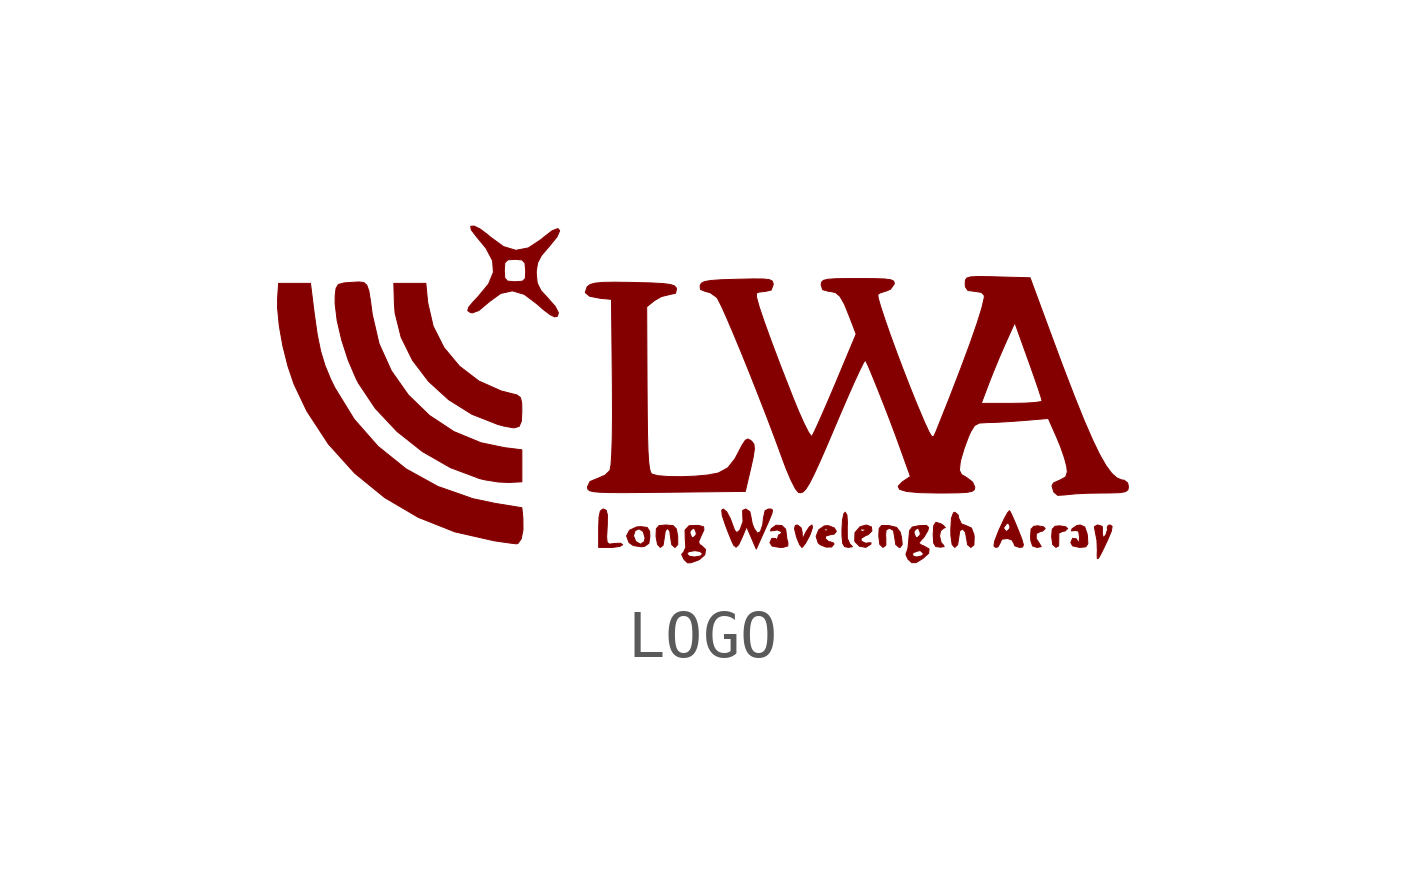
<source format=kicad_sym>
(kicad_symbol_lib
  (version 20220914)
  (generator bitmap2component)
  (symbol "LOGO"
    (pin_names
      (offset 1.016))
    (property "Reference" "#G"
      (at 0 3.432 0)
      (effects (font (size 1.27 1.27)) hide))
    (symbol "LOGO_0_0"
      (polyline (pts (xy -0.245 -3.519) (xy -0.104 -3.468) (xy -0.067 -3.452) (xy 0.043 -3.353) (xy 0.059 -3.242) (xy -0.027 -3.16) (xy -0.069 -3.138) (xy -0.084 -3.076) (xy -0.027 -2.945) (xy 0.024 -2.837) (xy 0.019 -2.772) (xy -0.072 -2.745) (xy -0.098 -2.741) (xy -0.283 -2.748) (xy -0.368 -2.839) (xy -0.366 -2.9) (xy -0.267 -2.9) (xy -0.259 -2.854) (xy -0.2 -2.8) (xy -0.169 -2.811) (xy -0.133 -2.9) (xy -0.141 -2.946) (xy -0.2 -3) (xy -0.231 -2.989) (xy -0.267 -2.9) (xy -0.366 -2.9) (xy -0.364 -3.025) (xy -0.352 -3.197) (xy -0.397 -3.298) (xy -0.428 -3.333) (xy -0.333 -3.333) (xy -0.292 -3.289) (xy -0.167 -3.267) (xy -0.057 -3.283) (xy 0 -3.333) (xy -0.041 -3.377) (xy -0.167 -3.4) (xy -0.276 -3.384) (xy -0.333 -3.333) (xy -0.428 -3.333) (xy -0.438 -3.346) (xy -0.395 -3.439) (xy -0.372 -3.467) (xy -0.315 -3.521) (xy -0.245 -3.519)) (stroke (width 0.01) (type default)) (fill (type outline)))
      (polyline (pts (xy 4.444 -3.516) (xy 4.585 -3.43) (xy 4.705 -3.322) (xy 4.714 -3.232) (xy 4.595 -3.165) (xy 4.562 -3.154) (xy 4.499 -3.11) (xy 4.553 -3.044) (xy 4.604 -2.992) (xy 4.69 -2.846) (xy 4.704 -2.783) (xy 4.661 -2.742) (xy 4.516 -2.746) (xy 4.497 -2.748) (xy 4.364 -2.776) (xy 4.308 -2.852) (xy 4.304 -2.9) (xy 4.4 -2.9) (xy 4.407 -2.854) (xy 4.467 -2.8) (xy 4.497 -2.811) (xy 4.533 -2.9) (xy 4.526 -2.946) (xy 4.467 -3) (xy 4.436 -2.989) (xy 4.4 -2.9) (xy 4.304 -2.9) (xy 4.293 -3.018) (xy 4.291 -3.058) (xy 4.273 -3.223) (xy 4.243 -3.312) (xy 4.237 -3.333) (xy 4.367 -3.333) (xy 4.39 -3.307) (xy 4.504 -3.267) (xy 4.546 -3.274) (xy 4.6 -3.333) (xy 4.573 -3.373) (xy 4.463 -3.4) (xy 4.387 -3.386) (xy 4.367 -3.333) (xy 4.237 -3.333) (xy 4.232 -3.347) (xy 4.275 -3.444) (xy 4.355 -3.518) (xy 4.444 -3.516)) (stroke (width 0.01) (type default)) (fill (type outline)))
      (polyline (pts (xy 8.246 -3.421) (xy 8.308 -3.307) (xy 8.415 -3.083) (xy 8.429 -3.054) (xy 8.51 -2.862) (xy 8.527 -2.762) (xy 8.486 -2.733) (xy 8.446 -2.74) (xy 8.425 -2.787) (xy 8.433 -2.826) (xy 8.397 -2.937) (xy 8.392 -2.945) (xy 8.344 -2.999) (xy 8.326 -2.933) (xy 8.323 -2.889) (xy 8.325 -2.783) (xy 8.316 -2.759) (xy 8.229 -2.733) (xy 8.222 -2.733) (xy 8.157 -2.768) (xy 8.177 -2.883) (xy 8.211 -3.052) (xy 8.219 -3.257) (xy 8.215 -3.357) (xy 8.219 -3.434) (xy 8.246 -3.421)) (stroke (width 0.01) (type default)) (fill (type outline)))
      (polyline (pts (xy -1.872 -3.199) (xy -1.726 -3.179) (xy -1.667 -3.143) (xy -1.713 -3.112) (xy -1.84 -3.118) (xy -1.851 -3.12) (xy -1.944 -3.131) (xy -1.99 -3.096) (xy -2.001 -2.988) (xy -1.99 -2.776) (xy -1.987 -2.723) (xy -1.985 -2.525) (xy -2.01 -2.427) (xy -2.067 -2.4) (xy -2.079 -2.401) (xy -2.132 -2.443) (xy -2.159 -2.568) (xy -2.167 -2.8) (xy -2.167 -3.2) (xy -1.917 -3.2) (xy -1.872 -3.199)) (stroke (width 0.01) (type default)) (fill (type outline)))
      (polyline (pts (xy -1.207 -3.175) (xy -1.121 -3.114) (xy -1.1 -2.967) (xy -1.106 -2.864) (xy -1.156 -2.784) (xy -1.293 -2.767) (xy -1.375 -2.774) (xy -1.525 -2.843) (xy -1.584 -2.958) (xy -1.442 -2.958) (xy -1.408 -2.848) (xy -1.325 -2.813) (xy -1.238 -2.87) (xy -1.2 -3.004) (xy -1.217 -3.078) (xy -1.293 -3.133) (xy -1.297 -3.133) (xy -1.395 -3.076) (xy -1.442 -2.958) (xy -1.584 -2.958) (xy -1.586 -2.961) (xy -1.535 -3.098) (xy -1.445 -3.161) (xy -1.272 -3.187) (xy -1.207 -3.175)) (stroke (width 0.01) (type default)) (fill (type outline)))
      (polyline (pts (xy -0.574 -3.2) (xy -0.52 -3.139) (xy -0.521 -2.967) (xy -0.549 -2.816) (xy -0.616 -2.747) (xy -0.762 -2.733) (xy -0.771 -2.733) (xy -0.91 -2.746) (xy -0.965 -2.81) (xy -0.972 -2.966) (xy -0.972 -2.973) (xy -0.941 -3.137) (xy -0.883 -3.2) (xy -0.826 -3.156) (xy -0.8 -3) (xy -0.8 -2.998) (xy -0.78 -2.858) (xy -0.733 -2.8) (xy -0.733 -2.8) (xy -0.686 -2.86) (xy -0.667 -3) (xy -0.645 -3.141) (xy -0.58 -3.2) (xy -0.574 -3.2)) (stroke (width 0.01) (type default)) (fill (type outline)))
      (polyline (pts (xy 1.291 -2.842) (xy 1.38 -2.642) (xy 1.44 -2.497) (xy 1.455 -2.426) (xy 1.429 -2.402) (xy 1.367 -2.4) (xy 1.299 -2.437) (xy 1.266 -2.583) (xy 1.251 -2.725) (xy 1.206 -2.859) (xy 1.194 -2.877) (xy 1.139 -2.903) (xy 1.074 -2.813) (xy 1.032 -2.71) (xy 1 -2.538) (xy 0.981 -2.456) (xy 0.899 -2.4) (xy 0.832 -2.43) (xy 0.835 -2.55) (xy 0.84 -2.661) (xy 0.782 -2.823) (xy 0.758 -2.855) (xy 0.706 -2.892) (xy 0.662 -2.837) (xy 0.602 -2.673) (xy 0.576 -2.602) (xy 0.499 -2.458) (xy 0.429 -2.4) (xy 0.396 -2.425) (xy 0.407 -2.536) (xy 0.479 -2.749) (xy 0.534 -2.893) (xy 0.603 -3.062) (xy 0.643 -3.149) (xy 0.644 -3.151) (xy 0.694 -3.195) (xy 0.748 -3.144) (xy 0.824 -2.983) (xy 0.914 -2.767) (xy 1.015 -3) (xy 1.115 -3.233) (xy 1.291 -2.842)) (stroke (width 0.01) (type default)) (fill (type outline)))
      (polyline (pts (xy 1.676 -3.198) (xy 1.773 -3.169) (xy 1.774 -3.095) (xy 1.754 -3.029) (xy 1.733 -2.861) (xy 1.726 -2.819) (xy 1.647 -2.744) (xy 1.527 -2.738) (xy 1.426 -2.811) (xy 1.413 -2.856) (xy 1.487 -2.848) (xy 1.549 -2.835) (xy 1.635 -2.87) (xy 1.645 -2.893) (xy 1.606 -2.933) (xy 1.58 -2.941) (xy 1.558 -3.017) (xy 1.564 -3.049) (xy 1.55 -3.05) (xy 1.52 -3.014) (xy 1.44 -3.011) (xy 1.4 -3.1) (xy 1.445 -3.172) (xy 1.607 -3.2) (xy 1.676 -3.198)) (stroke (width 0.01) (type default)) (fill (type outline)))
      (polyline (pts (xy 2.076 -3.196) (xy 2.139 -3.116) (xy 2.22 -2.967) (xy 2.243 -2.916) (xy 2.286 -2.786) (xy 2.276 -2.733) (xy 2.223 -2.769) (xy 2.148 -2.883) (xy 2.076 -3.033) (xy 2.071 -2.883) (xy 2.048 -2.79) (xy 1.973 -2.733) (xy 1.929 -2.743) (xy 1.912 -2.81) (xy 1.951 -2.967) (xy 1.962 -3.003) (xy 2.02 -3.143) (xy 2.066 -3.2) (xy 2.076 -3.196)) (stroke (width 0.01) (type default)) (fill (type outline)))
      (polyline (pts (xy 2.683 -3.191) (xy 2.733 -3.133) (xy 2.729 -3.111) (xy 2.658 -3.083) (xy 2.627 -3.083) (xy 2.553 -3.017) (xy 2.561 -2.964) (xy 2.667 -2.933) (xy 2.735 -2.924) (xy 2.784 -2.867) (xy 2.741 -2.795) (xy 2.616 -2.746) (xy 2.533 -2.752) (xy 2.418 -2.833) (xy 2.533 -2.833) (xy 2.567 -2.8) (xy 2.6 -2.833) (xy 2.567 -2.867) (xy 2.533 -2.833) (xy 2.418 -2.833) (xy 2.415 -2.836) (xy 2.362 -2.97) (xy 2.404 -3.104) (xy 2.448 -3.144) (xy 2.57 -3.193) (xy 2.683 -3.191)) (stroke (width 0.01) (type default)) (fill (type outline)))
      (polyline (pts (xy 3.118 -3.185) (xy 3.076 -3.14) (xy 3.066 -3.133) (xy 3.012 -3.011) (xy 3.01 -2.775) (xy 3.014 -2.685) (xy 3.004 -2.527) (xy 2.967 -2.467) (xy 2.939 -2.499) (xy 2.911 -2.632) (xy 2.9 -2.833) (xy 2.901 -2.963) (xy 2.916 -3.116) (xy 2.956 -3.184) (xy 3.033 -3.199) (xy 3.037 -3.199) (xy 3.118 -3.185)) (stroke (width 0.01) (type default)) (fill (type outline)))
      (polyline (pts (xy 3.499 -3.134) (xy 3.507 -3.104) (xy 3.443 -3.105) (xy 3.393 -3.114) (xy 3.3 -3.067) (xy 3.298 -3.012) (xy 3.393 -2.954) (xy 3.445 -2.935) (xy 3.524 -2.855) (xy 3.512 -2.772) (xy 3.408 -2.733) (xy 3.276 -2.77) (xy 3.232 -2.822) (xy 3.289 -2.822) (xy 3.299 -2.814) (xy 3.378 -2.822) (xy 3.388 -2.842) (xy 3.333 -2.867) (xy 3.298 -2.862) (xy 3.289 -2.822) (xy 3.232 -2.822) (xy 3.171 -2.894) (xy 3.166 -3.063) (xy 3.172 -3.081) (xy 3.267 -3.176) (xy 3.397 -3.198) (xy 3.499 -3.134)) (stroke (width 0.01) (type default)) (fill (type outline)))
      (polyline (pts (xy 4.113 -3.198) (xy 4.155 -3.139) (xy 4.139 -2.983) (xy 4.112 -2.88) (xy 4.036 -2.782) (xy 3.881 -2.746) (xy 3.856 -2.743) (xy 3.726 -2.744) (xy 3.675 -2.805) (xy 3.667 -2.962) (xy 3.689 -3.138) (xy 3.755 -3.2) (xy 3.814 -3.155) (xy 3.814 -3) (xy 3.808 -2.955) (xy 3.819 -2.834) (xy 3.892 -2.8) (xy 3.973 -2.846) (xy 4 -3) (xy 4.021 -3.14) (xy 4.091 -3.2) (xy 4.113 -3.198)) (stroke (width 0.01) (type default)) (fill (type outline)))
      (polyline (pts (xy 5.028 -3.183) (xy 5.017 -3.156) (xy 4.964 -3.098) (xy 4.933 -2.961) (xy 4.953 -2.857) (xy 5.017 -2.799) (xy 5.054 -2.787) (xy 5 -2.733) (xy 4.953 -2.705) (xy 4.857 -2.677) (xy 4.811 -2.748) (xy 4.8 -2.933) (xy 4.8 -2.937) (xy 4.81 -3.107) (xy 4.853 -3.181) (xy 4.95 -3.195) (xy 5.028 -3.183)) (stroke (width 0.01) (type default)) (fill (type outline)))
      (polyline (pts (xy 5.648 -3.148) (xy 5.654 -2.983) (xy 5.648 -2.931) (xy 5.596 -2.796) (xy 5.483 -2.745) (xy 5.389 -2.711) (xy 5.333 -2.595) (xy 5.318 -2.522) (xy 5.25 -2.467) (xy 5.222 -2.479) (xy 5.18 -2.594) (xy 5.167 -2.833) (xy 5.169 -2.958) (xy 5.195 -3.14) (xy 5.25 -3.2) (xy 5.309 -3.144) (xy 5.333 -2.994) (xy 5.353 -2.851) (xy 5.417 -2.818) (xy 5.471 -2.882) (xy 5.497 -3.023) (xy 5.516 -3.142) (xy 5.585 -3.2) (xy 5.648 -3.148)) (stroke (width 0.01) (type default)) (fill (type outline)))
      (polyline (pts (xy 6.662 -3.191) (xy 6.679 -3.146) (xy 6.649 -3.036) (xy 6.569 -2.832) (xy 6.5 -2.666) (xy 6.429 -2.507) (xy 6.391 -2.435) (xy 6.353 -2.474) (xy 6.279 -2.606) (xy 6.187 -2.803) (xy 6.186 -2.804) (xy 6.267 -2.804) (xy 6.269 -2.785) (xy 6.333 -2.7) (xy 6.368 -2.694) (xy 6.4 -2.763) (xy 6.392 -2.812) (xy 6.333 -2.867) (xy 6.317 -2.865) (xy 6.267 -2.804) (xy 6.186 -2.804) (xy 6.154 -2.879) (xy 6.08 -3.071) (xy 6.066 -3.171) (xy 6.106 -3.2) (xy 6.151 -3.187) (xy 6.2 -3.095) (xy 6.227 -3.029) (xy 6.35 -3.014) (xy 6.441 -3.046) (xy 6.483 -3.118) (xy 6.497 -3.165) (xy 6.593 -3.2) (xy 6.598 -3.2) (xy 6.662 -3.191)) (stroke (width 0.01) (type default)) (fill (type outline)))
      (polyline (pts (xy 7.05 -3.183) (xy 7.013 -3.12) (xy 6.946 -3.018) (xy 6.947 -2.912) (xy 7.033 -2.867) (xy 7.079 -2.86) (xy 7.133 -2.808) (xy 7.098 -2.771) (xy 6.979 -2.75) (xy 6.897 -2.759) (xy 6.839 -2.82) (xy 6.829 -2.975) (xy 6.833 -3.057) (xy 6.871 -3.17) (xy 6.963 -3.2) (xy 6.968 -3.2) (xy 7.05 -3.183)) (stroke (width 0.01) (type default)) (fill (type outline)))
      (polyline (pts (xy 7.413 -3.168) (xy 7.416 -3.033) (xy 7.416 -3.033) (xy 7.416 -2.904) (xy 7.492 -2.867) (xy 7.545 -2.859) (xy 7.6 -2.808) (xy 7.559 -2.77) (xy 7.433 -2.75) (xy 7.34 -2.759) (xy 7.28 -2.821) (xy 7.267 -2.975) (xy 7.289 -3.139) (xy 7.357 -3.2) (xy 7.413 -3.168)) (stroke (width 0.01) (type default)) (fill (type outline)))
      (polyline (pts (xy 7.979 -3.187) (xy 8.021 -3.123) (xy 8.013 -2.967) (xy 8.005 -2.914) (xy 7.956 -2.774) (xy 7.863 -2.733) (xy 7.794 -2.744) (xy 7.693 -2.811) (xy 7.679 -2.855) (xy 7.747 -2.85) (xy 7.762 -2.845) (xy 7.83 -2.863) (xy 7.849 -2.989) (xy 7.839 -3.09) (xy 7.818 -3.083) (xy 7.779 -3.021) (xy 7.704 -3.01) (xy 7.667 -3.1) (xy 7.704 -3.168) (xy 7.853 -3.2) (xy 7.86 -3.2) (xy 7.979 -3.187)) (stroke (width 0.01) (type default)) (fill (type outline)))
      (polyline (pts (xy -3.849 -3.118) (xy -3.78 -3.02) (xy -3.743 -2.835) (xy -3.745 -2.596) (xy -3.767 -2.374) (xy -4.333 -2.281) (xy -4.788 -2.185) (xy -5.519 -1.929) (xy -6.18 -1.564) (xy -6.763 -1.095) (xy -7.26 -0.53) (xy -7.664 0.128) (xy -7.748 0.3) (xy -7.869 0.592) (xy -7.958 0.888) (xy -8.028 1.232) (xy -8.09 1.667) (xy -8.169 2.3) (xy -8.501 2.3) (xy -8.833 2.3) (xy -8.854 1.981) (xy -8.855 1.796) (xy -8.819 1.419) (xy -8.744 0.996) (xy -8.638 0.575) (xy -8.512 0.203) (xy -8.244 -0.361) (xy -7.795 -1.047) (xy -7.251 -1.651) (xy -6.623 -2.163) (xy -5.922 -2.575) (xy -5.16 -2.877) (xy -4.347 -3.061) (xy -4.184 -3.085) (xy -3.992 -3.112) (xy -3.885 -3.125) (xy -3.849 -3.118)) (stroke (width 0.01) (type default)) (fill (type outline)))
      (polyline (pts (xy 7.551 -2.106) (xy 7.578 -2.102) (xy 7.762 -2.084) (xy 8.021 -2.071) (xy 8.308 -2.067) (xy 8.486 -2.066) (xy 8.692 -2.059) (xy 8.806 -2.038) (xy 8.856 -1.999) (xy 8.867 -1.933) (xy 8.849 -1.856) (xy 8.776 -1.8) (xy 8.731 -1.796) (xy 8.627 -1.754) (xy 8.518 -1.657) (xy 8.4 -1.498) (xy 8.267 -1.267) (xy 8.116 -0.954) (xy 7.941 -0.551) (xy 7.739 -0.049) (xy 7.504 0.562) (xy 7.233 1.291) (xy 6.818 2.416) (xy 6.143 2.434) (xy 5.975 2.439) (xy 5.728 2.442) (xy 5.577 2.434) (xy 5.5 2.41) (xy 5.471 2.365) (xy 5.467 2.293) (xy 5.471 2.228) (xy 5.523 2.152) (xy 5.667 2.133) (xy 5.807 2.111) (xy 5.867 2.045) (xy 5.862 1.992) (xy 5.813 1.784) (xy 5.713 1.464) (xy 5.565 1.039) (xy 5.37 0.515) (xy 5.133 -0.1) (xy 5.093 -0.2) (xy 5.801 -0.2) (xy 5.959 0.217) (xy 6.041 0.426) (xy 6.177 0.757) (xy 6.308 1.058) (xy 6.5 1.483) (xy 6.784 0.691) (xy 6.796 0.659) (xy 6.902 0.359) (xy 6.989 0.107) (xy 7.047 -0.071) (xy 7.068 -0.15) (xy 7.046 -0.163) (xy 6.92 -0.182) (xy 6.706 -0.195) (xy 6.434 -0.2) (xy 5.801 -0.2) (xy 5.093 -0.2) (xy 4.854 -0.8) (xy 4.849 -0.811) (xy 4.81 -0.89) (xy 4.772 -0.892) (xy 4.716 -0.802) (xy 4.625 -0.605) (xy 4.596 -0.538) (xy 4.464 -0.227) (xy 4.321 0.128) (xy 4.174 0.505) (xy 4.031 0.884) (xy 3.9 1.243) (xy 3.789 1.563) (xy 3.704 1.821) (xy 3.654 1.997) (xy 3.647 2.07) (xy 3.697 2.101) (xy 3.833 2.144) (xy 3.911 2.178) (xy 3.987 2.284) (xy 3.99 2.301) (xy 3.978 2.345) (xy 3.918 2.374) (xy 3.789 2.391) (xy 3.57 2.398) (xy 3.238 2.4) (xy 3.044 2.4) (xy 2.776 2.396) (xy 2.607 2.385) (xy 2.514 2.362) (xy 2.475 2.324) (xy 2.467 2.267) (xy 2.499 2.168) (xy 2.625 2.133) (xy 2.65 2.133) (xy 2.767 2.108) (xy 2.86 2.028) (xy 2.951 1.869) (xy 3.058 1.605) (xy 3.196 1.244) (xy 2.761 0.205) (xy 2.65 -0.056) (xy 2.513 -0.373) (xy 2.398 -0.632) (xy 2.315 -0.81) (xy 2.272 -0.887) (xy 2.261 -0.885) (xy 2.203 -0.802) (xy 2.112 -0.623) (xy 1.998 -0.369) (xy 1.871 -0.059) (xy 1.871 -0.058) (xy 1.629 0.56) (xy 1.432 1.081) (xy 1.28 1.5) (xy 1.175 1.812) (xy 1.12 2.012) (xy 1.116 2.094) (xy 1.173 2.118) (xy 1.311 2.133) (xy 1.426 2.16) (xy 1.467 2.269) (xy 1.465 2.303) (xy 1.445 2.35) (xy 1.383 2.378) (xy 1.256 2.391) (xy 1.042 2.392) (xy 0.717 2.385) (xy 0.393 2.375) (xy 0.172 2.36) (xy 0.039 2.337) (xy -0.029 2.302) (xy -0.054 2.25) (xy -0.047 2.174) (xy 0.051 2.133) (xy 0.155 2.106) (xy 0.292 2.009) (xy 0.316 1.973) (xy 0.394 1.818) (xy 0.507 1.566) (xy 0.649 1.234) (xy 0.811 0.843) (xy 0.987 0.408) (xy 1.168 -0.051) (xy 1.349 -0.516) (xy 1.52 -0.969) (xy 1.675 -1.392) (xy 1.74 -1.565) (xy 1.843 -1.806) (xy 1.932 -1.978) (xy 1.993 -2.053) (xy 2.034 -2.062) (xy 2.088 -2.045) (xy 2.148 -1.984) (xy 2.222 -1.866) (xy 2.318 -1.677) (xy 2.443 -1.405) (xy 2.604 -1.036) (xy 2.808 -0.556) (xy 2.864 -0.424) (xy 3.023 -0.057) (xy 3.162 0.257) (xy 3.275 0.499) (xy 3.352 0.654) (xy 3.387 0.702) (xy 3.394 0.691) (xy 3.446 0.583) (xy 3.531 0.381) (xy 3.641 0.109) (xy 3.766 -0.206) (xy 3.896 -0.542) (xy 4.021 -0.874) (xy 4.131 -1.178) (xy 4.326 -1.722) (xy 4.185 -1.816) (xy 4.152 -1.839) (xy 4.071 -1.926) (xy 4.1 -1.99) (xy 4.245 -2.034) (xy 4.511 -2.059) (xy 4.904 -2.067) (xy 5.024 -2.067) (xy 5.315 -2.063) (xy 5.502 -2.053) (xy 5.609 -2.032) (xy 5.656 -1.997) (xy 5.667 -1.944) (xy 5.62 -1.839) (xy 5.493 -1.742) (xy 5.39 -1.683) (xy 5.346 -1.593) (xy 5.363 -1.429) (xy 5.377 -1.365) (xy 5.446 -1.133) (xy 5.534 -0.897) (xy 5.583 -0.787) (xy 5.662 -0.661) (xy 5.76 -0.61) (xy 5.921 -0.6) (xy 5.925 -0.6) (xy 6.126 -0.594) (xy 6.4 -0.578) (xy 6.689 -0.557) (xy 7.199 -0.514) (xy 7.373 -0.907) (xy 7.452 -1.099) (xy 7.535 -1.337) (xy 7.582 -1.515) (xy 7.594 -1.628) (xy 7.561 -1.731) (xy 7.442 -1.797) (xy 7.438 -1.798) (xy 7.307 -1.856) (xy 7.274 -1.918) (xy 7.309 -2.034) (xy 7.316 -2.049) (xy 7.394 -2.115) (xy 7.551 -2.106)) (stroke (width 0.01) (type default)) (fill (type outline)))
      (polyline (pts (xy -1.266 -2.056) (xy -0.757 -2.051) (xy 0.887 -2.033) (xy 1 -1.55) (xy 1.052 -1.316) (xy 1.076 -1.148) (xy 1.066 -1.05) (xy 1.022 -0.991) (xy 1.005 -0.977) (xy 0.944 -0.942) (xy 0.889 -0.967) (xy 0.82 -1.071) (xy 0.714 -1.275) (xy 0.669 -1.358) (xy 0.522 -1.543) (xy 0.333 -1.646) (xy 0.303 -1.655) (xy 0.104 -1.692) (xy -0.158 -1.716) (xy -0.445 -1.727) (xy -0.717 -1.724) (xy -0.934 -1.706) (xy -1.059 -1.673) (xy -1.084 -1.641) (xy -1.108 -1.557) (xy -1.126 -1.409) (xy -1.14 -1.183) (xy -1.149 -0.866) (xy -1.155 -0.444) (xy -1.159 0.099) (xy -1.167 1.811) (xy -1.009 1.939) (xy -0.86 2.025) (xy -0.688 2.067) (xy -0.566 2.093) (xy -0.546 2.183) (xy -0.553 2.208) (xy -0.592 2.249) (xy -0.678 2.277) (xy -0.835 2.296) (xy -1.082 2.309) (xy -1.441 2.318) (xy -1.466 2.319) (xy -1.827 2.324) (xy -2.079 2.32) (xy -2.244 2.304) (xy -2.344 2.276) (xy -2.401 2.232) (xy -2.41 2.221) (xy -2.446 2.108) (xy -2.354 2.031) (xy -2.133 1.988) (xy -1.9 1.967) (xy -1.882 0.248) (xy -1.881 0.067) (xy -1.879 -0.468) (xy -1.884 -0.913) (xy -1.895 -1.257) (xy -1.911 -1.488) (xy -1.932 -1.597) (xy -2.034 -1.696) (xy -2.2 -1.767) (xy -2.347 -1.827) (xy -2.4 -1.94) (xy -2.4 -1.953) (xy -2.39 -1.99) (xy -2.356 -2.018) (xy -2.281 -2.038) (xy -2.15 -2.05) (xy -1.947 -2.057) (xy -1.658 -2.059) (xy -1.266 -2.056)) (stroke (width 0.01) (type default)) (fill (type outline)))
      (polyline (pts (xy -3.767 -1.833) (xy -3.767 -1.5) (xy -3.767 -1.167) (xy -4.138 -1.121) (xy -4.619 -1.02) (xy -5.184 -0.787) (xy -5.694 -0.45) (xy -6.132 -0.024) (xy -6.486 0.479) (xy -6.741 1.043) (xy -6.883 1.655) (xy -6.919 1.93) (xy -6.953 2.14) (xy -6.996 2.262) (xy -7.06 2.318) (xy -7.162 2.329) (xy -7.316 2.32) (xy -7.474 2.308) (xy -7.588 2.276) (xy -7.636 2.197) (xy -7.655 2.041) (xy -7.656 1.879) (xy -7.613 1.524) (xy -7.518 1.118) (xy -7.383 0.702) (xy -7.218 0.316) (xy -7.17 0.223) (xy -6.818 -0.304) (xy -6.364 -0.787) (xy -5.834 -1.206) (xy -5.253 -1.539) (xy -4.647 -1.766) (xy -4.528 -1.794) (xy -4.26 -1.837) (xy -4.033 -1.847) (xy -3.767 -1.833)) (stroke (width 0.01) (type default)) (fill (type outline)))
      (polyline (pts (xy -3.824 -0.68) (xy -3.777 -0.571) (xy -3.767 -0.369) (xy -3.769 -0.199) (xy -3.795 -0.082) (xy -3.869 -0.024) (xy -4.018 0.013) (xy -4.202 0.06) (xy -4.665 0.267) (xy -5.066 0.574) (xy -5.389 0.961) (xy -5.615 1.409) (xy -5.728 1.9) (xy -5.767 2.3) (xy -6.1 2.3) (xy -6.433 2.3) (xy -6.421 1.878) (xy -6.407 1.684) (xy -6.281 1.178) (xy -6.043 0.697) (xy -5.708 0.257) (xy -5.29 -0.124) (xy -4.805 -0.428) (xy -4.267 -0.639) (xy -4.131 -0.675) (xy -3.934 -0.71) (xy -3.824 -0.68)) (stroke (width 0.01) (type default)) (fill (type outline)))
      (polyline (pts (xy -3.029 1.612) (xy -3.005 1.687) (xy -3.075 1.822) (xy -3.233 2) (xy -3.37 2.15) (xy -3.447 2.306) (xy -3.467 2.505) (xy -3.466 2.558) (xy -3.439 2.728) (xy -3.358 2.882) (xy -3.198 3.069) (xy -3.193 3.074) (xy -3.035 3.269) (xy -2.979 3.396) (xy -3.016 3.442) (xy -3.136 3.395) (xy -3.331 3.244) (xy -3.362 3.216) (xy -3.631 3.038) (xy -3.89 2.988) (xy -4.152 3.066) (xy -4.432 3.272) (xy -4.465 3.302) (xy -4.635 3.431) (xy -4.763 3.493) (xy -4.831 3.488) (xy -4.821 3.416) (xy -4.714 3.276) (xy -4.514 3.034) (xy -4.376 2.772) (xy -4.362 2.576) (xy -4.133 2.576) (xy -4.121 2.728) (xy -4.061 2.789) (xy -3.913 2.8) (xy -3.908 2.8) (xy -3.763 2.788) (xy -3.702 2.723) (xy -3.687 2.567) (xy -3.686 2.548) (xy -3.694 2.402) (xy -3.755 2.344) (xy -3.907 2.333) (xy -3.92 2.333) (xy -4.065 2.346) (xy -4.123 2.41) (xy -4.133 2.567) (xy -4.133 2.576) (xy -4.362 2.576) (xy -4.359 2.53) (xy -4.46 2.286) (xy -4.68 2.02) (xy -4.78 1.915) (xy -4.877 1.798) (xy -4.893 1.731) (xy -4.84 1.693) (xy -4.799 1.685) (xy -4.663 1.734) (xy -4.476 1.891) (xy -4.461 1.905) (xy -4.21 2.089) (xy -3.966 2.144) (xy -3.716 2.071) (xy -3.447 1.868) (xy -3.322 1.757) (xy -3.174 1.645) (xy -3.083 1.602) (xy -3.029 1.612)) (stroke (width 0.01) (type default)) (fill (type outline))))))
</source>
